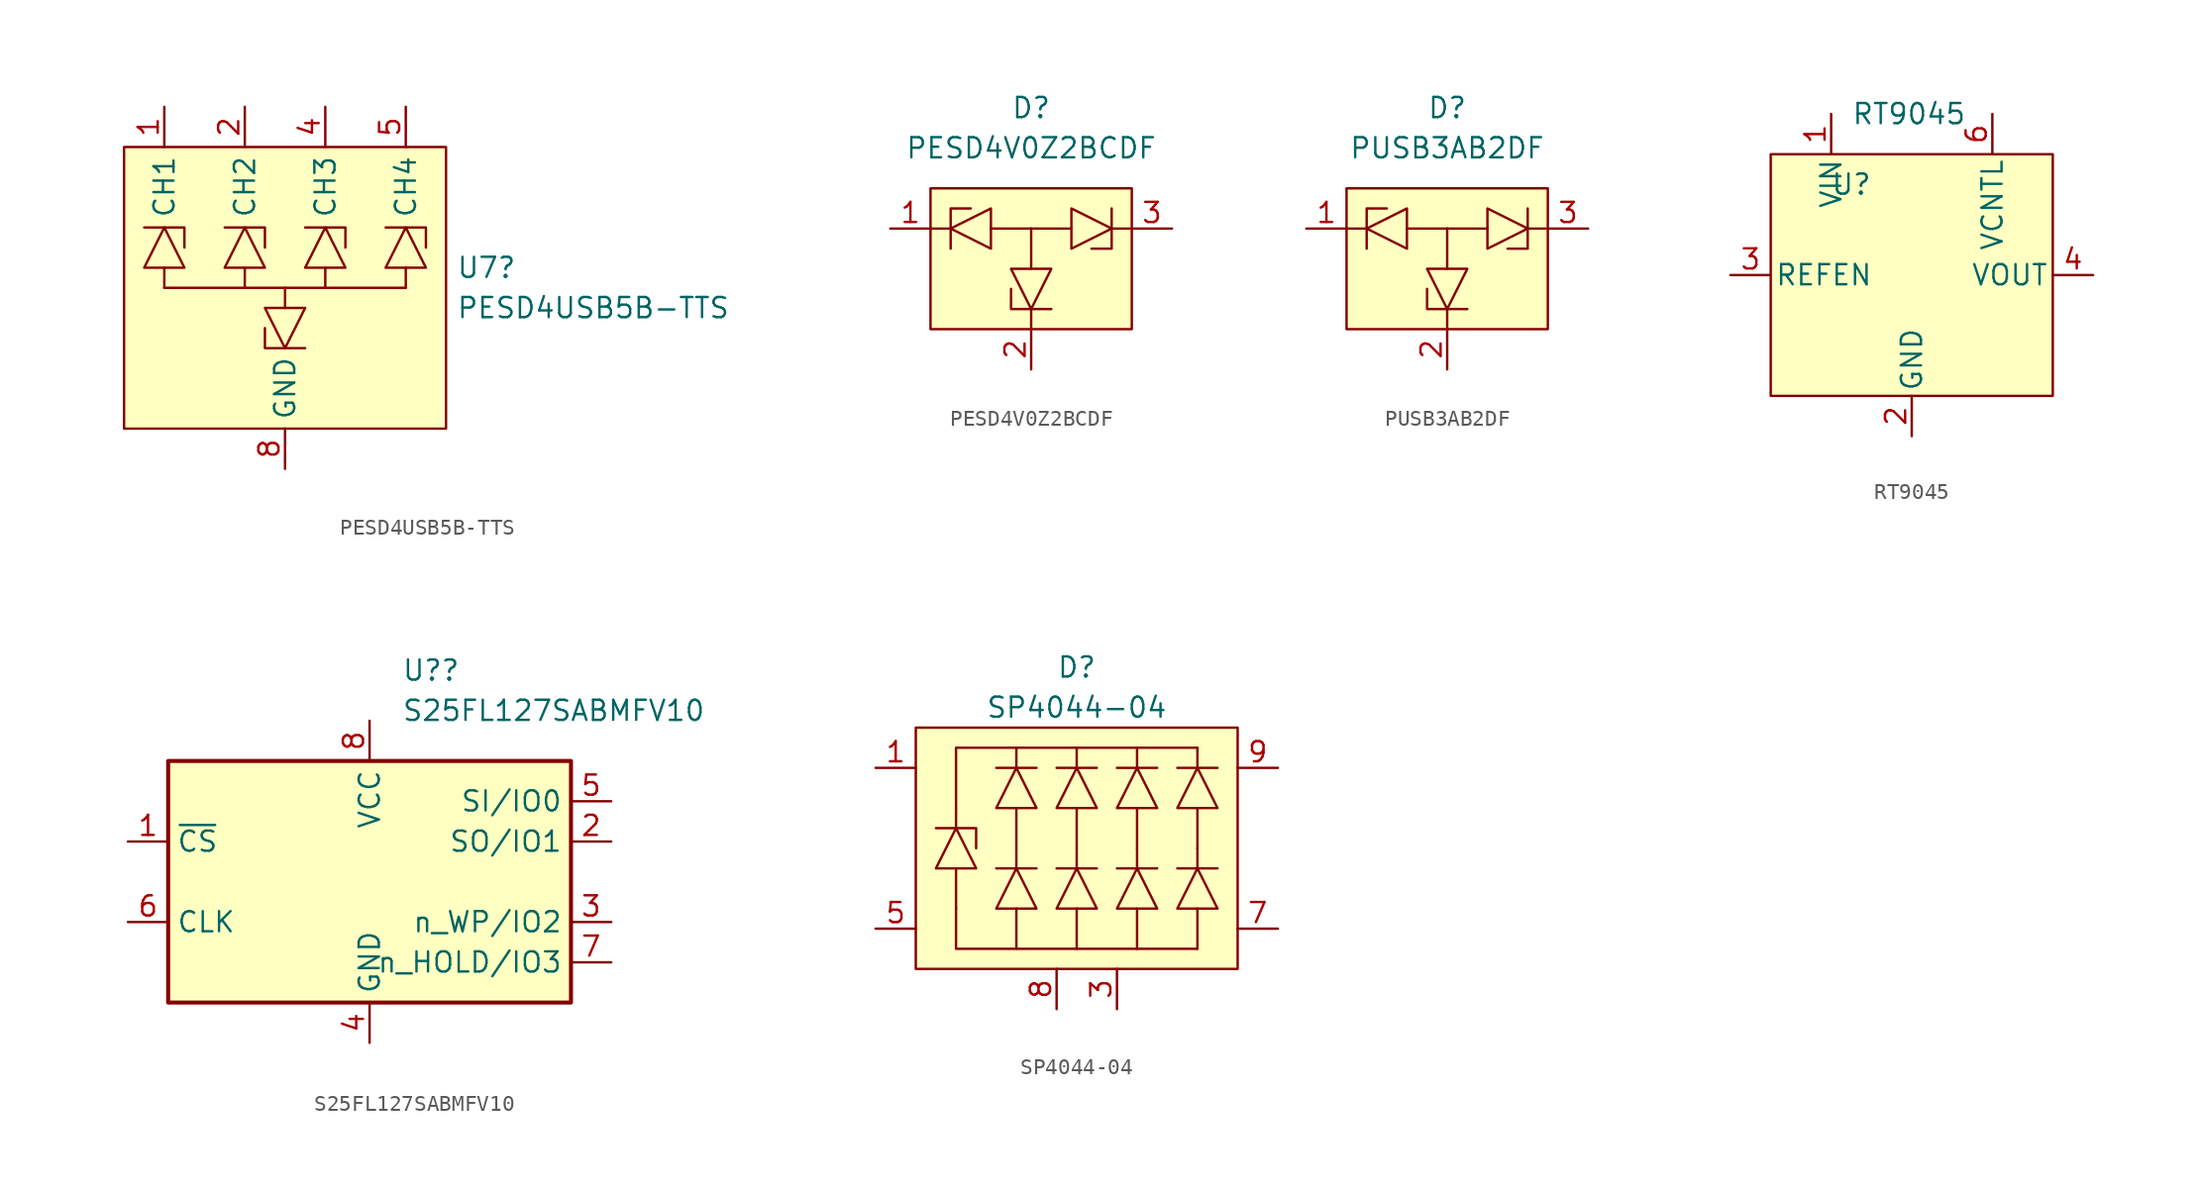
<source format=kicad_sym>
(kicad_symbol_lib
  (version 20211014)
  (generator kicad_symbol_editor)
  (symbol "PESD4USB5B-TTS"
    (property "Reference" "U7"
      (at 10.795 1.27 0)
      (effects (font (size 1.27 1.27)) (justify left)))
    (property "Value" "PESD4USB5B-TTS"
      (at 10.795 -1.27 0)
      (effects (font (size 1.27 1.27)) (justify left)))
    (symbol "PESD4USB5B-TTS_0_0"
      (pin no_connect line (at 10.16 -11.43 90) (length 2.54) hide (name "" (effects (font (size 1.27 1.27)))) (number "10" (effects (font (size 1.27 1.27)))))
      (pin no_connect line (at 2.54 -11.43 90) (length 2.54) hide (name "" (effects (font (size 1.27 1.27)))) (number "6" (effects (font (size 1.27 1.27)))))
      (pin no_connect line (at 5.08 -11.43 90) (length 2.54) hide (name "" (effects (font (size 1.27 1.27)))) (number "7" (effects (font (size 1.27 1.27)))))
      (pin no_connect line (at 7.62 -11.43 90) (length 2.54) hide (name "" (effects (font (size 1.27 1.27)))) (number "9" (effects (font (size 1.27 1.27))))))
    (symbol "PESD4USB5B-TTS_0_1"
      (rectangle (start -10.16 8.89) (end 10.16 -8.89) (stroke (width 0) (type default) (color 0 0 0 0)) (fill (type background)))
      (polyline (pts (xy -7.62 1.27) (xy -7.62 0)) (stroke (width 0) (type default) (color 0 0 0 0)) (fill (type none)))
      (polyline (pts (xy -2.54 1.27) (xy -2.54 0)) (stroke (width 0) (type default) (color 0 0 0 0)) (fill (type none)))
      (polyline (pts (xy 0 -1.27) (xy 0 0)) (stroke (width 0) (type default) (color 0 0 0 0)) (fill (type none)))
      (polyline (pts (xy 2.54 1.27) (xy 2.54 0)) (stroke (width 0) (type default) (color 0 0 0 0)) (fill (type none)))
      (polyline (pts (xy 7.62 0) (xy -7.62 0)) (stroke (width 0) (type default) (color 0 0 0 0)) (fill (type none)))
      (polyline (pts (xy 7.62 1.27) (xy 7.62 0)) (stroke (width 0) (type default) (color 0 0 0 0)) (fill (type none)))
      (polyline (pts (xy -8.89 3.81) (xy -6.35 3.81) (xy -6.35 2.54)) (stroke (width 0) (type default) (color 0 0 0 0)) (fill (type none)))
      (polyline (pts (xy -3.81 3.81) (xy -1.27 3.81) (xy -1.27 2.54)) (stroke (width 0) (type default) (color 0 0 0 0)) (fill (type none)))
      (polyline (pts (xy 1.27 -3.81) (xy -1.27 -3.81) (xy -1.27 -2.54)) (stroke (width 0) (type default) (color 0 0 0 0)) (fill (type none)))
      (polyline (pts (xy 1.27 3.81) (xy 3.81 3.81) (xy 3.81 2.54)) (stroke (width 0) (type default) (color 0 0 0 0)) (fill (type none)))
      (polyline (pts (xy 6.35 3.81) (xy 8.89 3.81) (xy 8.89 2.54)) (stroke (width 0) (type default) (color 0 0 0 0)) (fill (type none)))
      (polyline (pts (xy -8.89 1.27) (xy -6.35 1.27) (xy -7.62 3.81) (xy -8.89 1.27)) (stroke (width 0) (type default) (color 0 0 0 0)) (fill (type none)))
      (polyline (pts (xy -3.81 1.27) (xy -1.27 1.27) (xy -2.54 3.81) (xy -3.81 1.27)) (stroke (width 0) (type default) (color 0 0 0 0)) (fill (type none)))
      (polyline (pts (xy 1.27 -1.27) (xy -1.27 -1.27) (xy 0 -3.81) (xy 1.27 -1.27)) (stroke (width 0) (type default) (color 0 0 0 0)) (fill (type none)))
      (polyline (pts (xy 1.27 1.27) (xy 3.81 1.27) (xy 2.54 3.81) (xy 1.27 1.27)) (stroke (width 0) (type default) (color 0 0 0 0)) (fill (type none)))
      (polyline (pts (xy 6.35 1.27) (xy 8.89 1.27) (xy 7.62 3.81) (xy 6.35 1.27)) (stroke (width 0) (type default) (color 0 0 0 0)) (fill (type none))))
    (symbol "PESD4USB5B-TTS_1_1"
      (pin passive line (at -7.62 11.43 270) (length 2.54) (name "CH1" (effects (font (size 1.27 1.27)))) (number "1" (effects (font (size 1.27 1.27)))))
      (pin passive line (at -2.54 11.43 270) (length 2.54) (name "CH2" (effects (font (size 1.27 1.27)))) (number "2" (effects (font (size 1.27 1.27)))))
      (pin power_in line (at 0 -11.43 90) (length 2.54) hide (name "GND" (effects (font (size 1.27 1.27)))) (number "3" (effects (font (size 1.27 1.27)))))
      (pin passive line (at 2.54 11.43 270) (length 2.54) (name "CH3" (effects (font (size 1.27 1.27)))) (number "4" (effects (font (size 1.27 1.27)))))
      (pin passive line (at 7.62 11.43 270) (length 2.54) (name "CH4" (effects (font (size 1.27 1.27)))) (number "5" (effects (font (size 1.27 1.27)))))
      (pin power_in line (at 0 -11.43 90) (length 2.54) (name "GND" (effects (font (size 1.27 1.27)))) (number "8" (effects (font (size 1.27 1.27)))))))
  (symbol "PESD4V0Z2BCDF"
    (pin_names hide)
    (property "Reference" "D"
      (at 0 10.16 0)
      (effects (font (size 1.27 1.27))))
    (property "Value" "PESD4V0Z2BCDF"
      (at 0 7.62 0)
      (effects (font (size 1.27 1.27))))
    (symbol "PESD4V0Z2BCDF_0_1"
      (rectangle (start -6.35 5.08) (end 6.35 -3.81) (stroke (width 0) (type default) (color 0 0 0 0)) (fill (type background)))
      (polyline (pts (xy -5.08 2.54) (xy -6.35 2.54)) (stroke (width 0) (type default) (color 0 0 0 0)) (fill (type none)))
      (polyline (pts (xy -2.54 2.54) (xy 0 2.54)) (stroke (width 0) (type default) (color 0 0 0 0)) (fill (type none)))
      (polyline (pts (xy 0 -2.54) (xy 0 -3.81)) (stroke (width 0) (type default) (color 0 0 0 0)) (fill (type none)))
      (polyline (pts (xy 0 0) (xy 0 2.54)) (stroke (width 0) (type default) (color 0 0 0 0)) (fill (type none)))
      (polyline (pts (xy 2.54 2.54) (xy 0 2.54)) (stroke (width 0) (type default) (color 0 0 0 0)) (fill (type none)))
      (polyline (pts (xy 5.08 2.54) (xy 6.35 2.54)) (stroke (width 0) (type default) (color 0 0 0 0)) (fill (type none)))
      (polyline (pts (xy -5.08 1.27) (xy -5.08 3.81) (xy -3.81 3.81)) (stroke (width 0) (type default) (color 0 0 0 0)) (fill (type none)))
      (polyline (pts (xy 1.27 -2.54) (xy -1.27 -2.54) (xy -1.27 -1.27)) (stroke (width 0) (type default) (color 0 0 0 0)) (fill (type none)))
      (polyline (pts (xy 5.08 3.81) (xy 5.08 1.27) (xy 3.81 1.27)) (stroke (width 0) (type default) (color 0 0 0 0)) (fill (type none)))
      (polyline (pts (xy -2.54 1.27) (xy -2.54 3.81) (xy -5.08 2.54) (xy -2.54 1.27)) (stroke (width 0) (type default) (color 0 0 0 0)) (fill (type none)))
      (polyline (pts (xy 1.27 0) (xy -1.27 0) (xy 0 -2.54) (xy 1.27 0)) (stroke (width 0) (type default) (color 0 0 0 0)) (fill (type none)))
      (polyline (pts (xy 2.54 3.81) (xy 2.54 1.27) (xy 5.08 2.54) (xy 2.54 3.81)) (stroke (width 0) (type default) (color 0 0 0 0)) (fill (type none))))
    (symbol "PESD4V0Z2BCDF_1_1"
      (pin passive line (at -8.89 2.54 0) (length 2.54) (name "K1" (effects (font (size 1.27 1.27)))) (number "1" (effects (font (size 1.27 1.27)))))
      (pin passive line (at 0 -6.35 90) (length 2.54) (name "K2" (effects (font (size 1.27 1.27)))) (number "2" (effects (font (size 1.27 1.27)))))
      (pin passive line (at 8.89 2.54 180) (length 2.54) (name "K3" (effects (font (size 1.27 1.27)))) (number "3" (effects (font (size 1.27 1.27)))))))
  (symbol "PUSB3AB2DF"
    (pin_names hide)
    (property "Reference" "D"
      (at 0 10.16 0)
      (effects (font (size 1.27 1.27))))
    (property "Value" "PUSB3AB2DF"
      (at 0 7.62 0)
      (effects (font (size 1.27 1.27))))
    (symbol "PUSB3AB2DF_0_1"
      (rectangle (start -6.35 5.08) (end 6.35 -3.81) (stroke (width 0) (type default) (color 0 0 0 0)) (fill (type background)))
      (polyline (pts (xy -5.08 2.54) (xy -6.35 2.54)) (stroke (width 0) (type default) (color 0 0 0 0)) (fill (type none)))
      (polyline (pts (xy -2.54 2.54) (xy 0 2.54)) (stroke (width 0) (type default) (color 0 0 0 0)) (fill (type none)))
      (polyline (pts (xy 0 -2.54) (xy 0 -3.81)) (stroke (width 0) (type default) (color 0 0 0 0)) (fill (type none)))
      (polyline (pts (xy 0 0) (xy 0 2.54)) (stroke (width 0) (type default) (color 0 0 0 0)) (fill (type none)))
      (polyline (pts (xy 2.54 2.54) (xy 0 2.54)) (stroke (width 0) (type default) (color 0 0 0 0)) (fill (type none)))
      (polyline (pts (xy 5.08 2.54) (xy 6.35 2.54)) (stroke (width 0) (type default) (color 0 0 0 0)) (fill (type none)))
      (polyline (pts (xy -5.08 1.27) (xy -5.08 3.81) (xy -3.81 3.81)) (stroke (width 0) (type default) (color 0 0 0 0)) (fill (type none)))
      (polyline (pts (xy 1.27 -2.54) (xy -1.27 -2.54) (xy -1.27 -1.27)) (stroke (width 0) (type default) (color 0 0 0 0)) (fill (type none)))
      (polyline (pts (xy 5.08 3.81) (xy 5.08 1.27) (xy 3.81 1.27)) (stroke (width 0) (type default) (color 0 0 0 0)) (fill (type none)))
      (polyline (pts (xy -2.54 1.27) (xy -2.54 3.81) (xy -5.08 2.54) (xy -2.54 1.27)) (stroke (width 0) (type default) (color 0 0 0 0)) (fill (type none)))
      (polyline (pts (xy 1.27 0) (xy -1.27 0) (xy 0 -2.54) (xy 1.27 0)) (stroke (width 0) (type default) (color 0 0 0 0)) (fill (type none)))
      (polyline (pts (xy 2.54 3.81) (xy 2.54 1.27) (xy 5.08 2.54) (xy 2.54 3.81)) (stroke (width 0) (type default) (color 0 0 0 0)) (fill (type none))))
    (symbol "PUSB3AB2DF_1_1"
      (pin passive line (at -8.89 2.54 0) (length 2.54) (name "K1" (effects (font (size 1.27 1.27)))) (number "1" (effects (font (size 1.27 1.27)))))
      (pin passive line (at 0 -6.35 90) (length 2.54) (name "K2" (effects (font (size 1.27 1.27)))) (number "2" (effects (font (size 1.27 1.27)))))
      (pin passive line (at 8.89 2.54 180) (length 2.54) (name "K3" (effects (font (size 1.27 1.27)))) (number "3" (effects (font (size 1.27 1.27)))))))
  (symbol "RT9045"
    (pin_names
      (offset 0.254))
    (property "Reference" "U"
      (at -3.81 5.715 0)
      (effects (font (size 1.27 1.27))))
    (property "Value" "RT9045"
      (at -3.81 10.16 0)
      (effects (font (size 1.27 1.27)) (justify left)))
    (symbol "RT9045_0_1"
      (rectangle (start -8.89 7.62) (end 8.89 -7.62) (stroke (width 0) (type default) (color 0 0 0 0)) (fill (type background))))
    (symbol "RT9045_1_1"
      (pin power_in line (at -5.08 10.16 270) (length 2.54) (name "VIN" (effects (font (size 1.27 1.27)))) (number "1" (effects (font (size 1.27 1.27)))))
      (pin power_in line (at 0 -10.16 90) (length 2.54) (name "GND" (effects (font (size 1.27 1.27)))) (number "2" (effects (font (size 1.27 1.27)))))
      (pin input line (at -11.43 0 0) (length 2.54) (name "REFEN" (effects (font (size 1.27 1.27)))) (number "3" (effects (font (size 1.27 1.27)))))
      (pin power_out line (at 11.43 0 180) (length 2.54) (name "VOUT" (effects (font (size 1.27 1.27)))) (number "4" (effects (font (size 1.27 1.27)))))
      (pin input line (at 5.08 10.16 270) (length 2.54) (name "VCNTL" (effects (font (size 1.27 1.27)))) (number "6" (effects (font (size 1.27 1.27)))))))
  (symbol "S25FL127SABMFV10"
    (property "Reference" "U?"
      (at 2.019 13.335 0)
      (effects (font (size 1.27 1.27)) (justify left)))
    (property "Value" "S25FL127SABMFV10"
      (at 2.019 10.795 0)
      (effects (font (size 1.27 1.27)) (justify left)))
    (symbol "S25FL127SABMFV10_0_1"
      (rectangle (start -12.7 7.62) (end 12.7 -7.62) (stroke (width 0.254) (type default) (color 0 0 0 0)) (fill (type background))))
    (symbol "S25FL127SABMFV10_1_1"
      (pin input line (at -15.24 2.54 0) (length 2.54) (name "~{CS}" (effects (font (size 1.27 1.27)))) (number "1" (effects (font (size 1.27 1.27)))))
      (pin bidirectional line (at 15.24 2.54 180) (length 2.54) (name "SO/IO1" (effects (font (size 1.27 1.27)))) (number "2" (effects (font (size 1.27 1.27)))))
      (pin bidirectional line (at 15.24 -2.54 180) (length 2.54) (name "n_WP/IO2" (effects (font (size 1.27 1.27)))) (number "3" (effects (font (size 1.27 1.27)))))
      (pin power_in line (at 0 -10.16 90) (length 2.54) (name "GND" (effects (font (size 1.27 1.27)))) (number "4" (effects (font (size 1.27 1.27)))))
      (pin bidirectional line (at 15.24 5.08 180) (length 2.54) (name "SI/IO0" (effects (font (size 1.27 1.27)))) (number "5" (effects (font (size 1.27 1.27)))))
      (pin input line (at -15.24 -2.54 0) (length 2.54) (name "CLK" (effects (font (size 1.27 1.27)))) (number "6" (effects (font (size 1.27 1.27)))))
      (pin bidirectional line (at 15.24 -5.08 180) (length 2.54) (name "n_HOLD/IO3" (effects (font (size 1.27 1.27)))) (number "7" (effects (font (size 1.27 1.27)))))
      (pin power_in line (at 0 10.16 270) (length 2.54) (name "VCC" (effects (font (size 1.27 1.27)))) (number "8" (effects (font (size 1.27 1.27)))))))
  (symbol "SP4044-04"
    (pin_names hide)
    (property "Reference" "D"
      (at 0 11.43 0)
      (effects (font (size 1.27 1.27))))
    (property "Value" "SP4044-04"
      (at 0 8.89 0)
      (effects (font (size 1.27 1.27))))
    (symbol "SP4044-04_0_1"
      (rectangle (start -10.16 7.62) (end 10.16 -7.62) (stroke (width 0) (type default) (color 0 0 0 0)) (fill (type background)))
      (polyline (pts (xy -7.62 -1.27) (xy -7.62 -3.81)) (stroke (width 0) (type default) (color 0 0 0 0)) (fill (type none)))
      (polyline (pts (xy -7.62 1.27) (xy -7.62 2.54)) (stroke (width 0) (type default) (color 0 0 0 0)) (fill (type none)))
      (polyline (pts (xy -5.08 -1.27) (xy -2.54 -1.27)) (stroke (width 0) (type default) (color 0 0 0 0)) (fill (type none)))
      (polyline (pts (xy -3.81 -3.81) (xy -3.81 -6.35)) (stroke (width 0) (type default) (color 0 0 0 0)) (fill (type none)))
      (polyline (pts (xy -3.81 -1.27) (xy -3.81 0)) (stroke (width 0) (type default) (color 0 0 0 0)) (fill (type none)))
      (polyline (pts (xy -3.81 2.54) (xy -3.81 0)) (stroke (width 0) (type default) (color 0 0 0 0)) (fill (type none)))
      (polyline (pts (xy -3.81 5.08) (xy -3.81 6.35)) (stroke (width 0) (type default) (color 0 0 0 0)) (fill (type none)))
      (polyline (pts (xy -2.54 5.08) (xy -5.08 5.08)) (stroke (width 0) (type default) (color 0 0 0 0)) (fill (type none)))
      (polyline (pts (xy -1.27 -1.27) (xy 1.27 -1.27)) (stroke (width 0) (type default) (color 0 0 0 0)) (fill (type none)))
      (polyline (pts (xy 0 -3.81) (xy 0 -6.35)) (stroke (width 0) (type default) (color 0 0 0 0)) (fill (type none)))
      (polyline (pts (xy 0 -1.27) (xy 0 0)) (stroke (width 0) (type default) (color 0 0 0 0)) (fill (type none)))
      (polyline (pts (xy 0 2.54) (xy 0 0)) (stroke (width 0) (type default) (color 0 0 0 0)) (fill (type none)))
      (polyline (pts (xy 0 5.08) (xy 0 6.35)) (stroke (width 0) (type default) (color 0 0 0 0)) (fill (type none)))
      (polyline (pts (xy 1.27 5.08) (xy -1.27 5.08)) (stroke (width 0) (type default) (color 0 0 0 0)) (fill (type none)))
      (polyline (pts (xy 2.54 -1.27) (xy 5.08 -1.27)) (stroke (width 0) (type default) (color 0 0 0 0)) (fill (type none)))
      (polyline (pts (xy 3.81 -3.81) (xy 3.81 -6.35)) (stroke (width 0) (type default) (color 0 0 0 0)) (fill (type none)))
      (polyline (pts (xy 3.81 -1.27) (xy 3.81 0)) (stroke (width 0) (type default) (color 0 0 0 0)) (fill (type none)))
      (polyline (pts (xy 3.81 2.54) (xy 3.81 0)) (stroke (width 0) (type default) (color 0 0 0 0)) (fill (type none)))
      (polyline (pts (xy 3.81 5.08) (xy 3.81 6.35)) (stroke (width 0) (type default) (color 0 0 0 0)) (fill (type none)))
      (polyline (pts (xy 5.08 5.08) (xy 2.54 5.08)) (stroke (width 0) (type default) (color 0 0 0 0)) (fill (type none)))
      (polyline (pts (xy 6.35 -1.27) (xy 8.89 -1.27)) (stroke (width 0) (type default) (color 0 0 0 0)) (fill (type none)))
      (polyline (pts (xy 7.62 -3.81) (xy 7.62 -6.35)) (stroke (width 0) (type default) (color 0 0 0 0)) (fill (type none)))
      (polyline (pts (xy 7.62 -1.27) (xy 7.62 0)) (stroke (width 0) (type default) (color 0 0 0 0)) (fill (type none)))
      (polyline (pts (xy 7.62 2.54) (xy 7.62 0)) (stroke (width 0) (type default) (color 0 0 0 0)) (fill (type none)))
      (polyline (pts (xy 7.62 5.08) (xy 7.62 6.35)) (stroke (width 0) (type default) (color 0 0 0 0)) (fill (type none)))
      (polyline (pts (xy 8.89 5.08) (xy 6.35 5.08)) (stroke (width 0) (type default) (color 0 0 0 0)) (fill (type none)))
      (polyline (pts (xy -8.89 1.27) (xy -6.35 1.27) (xy -6.35 0)) (stroke (width 0) (type default) (color 0 0 0 0)) (fill (type none)))
      (polyline (pts (xy -7.62 2.54) (xy -7.62 6.35) (xy 7.62 6.35)) (stroke (width 0) (type default) (color 0 0 0 0)) (fill (type none)))
      (polyline (pts (xy 7.62 -6.35) (xy -7.62 -6.35) (xy -7.62 -3.81)) (stroke (width 0) (type default) (color 0 0 0 0)) (fill (type none)))
      (polyline (pts (xy -8.89 -1.27) (xy -6.35 -1.27) (xy -7.62 1.27) (xy -8.89 -1.27)) (stroke (width 0) (type default) (color 0 0 0 0)) (fill (type none)))
      (polyline (pts (xy -5.08 -3.81) (xy -2.54 -3.81) (xy -3.81 -1.27) (xy -5.08 -3.81)) (stroke (width 0) (type default) (color 0 0 0 0)) (fill (type none)))
      (polyline (pts (xy -5.08 2.54) (xy -2.54 2.54) (xy -3.81 5.08) (xy -5.08 2.54)) (stroke (width 0) (type default) (color 0 0 0 0)) (fill (type none)))
      (polyline (pts (xy -1.27 -3.81) (xy 1.27 -3.81) (xy 0 -1.27) (xy -1.27 -3.81)) (stroke (width 0) (type default) (color 0 0 0 0)) (fill (type none)))
      (polyline (pts (xy -1.27 2.54) (xy 1.27 2.54) (xy 0 5.08) (xy -1.27 2.54)) (stroke (width 0) (type default) (color 0 0 0 0)) (fill (type none)))
      (polyline (pts (xy 2.54 -3.81) (xy 5.08 -3.81) (xy 3.81 -1.27) (xy 2.54 -3.81)) (stroke (width 0) (type default) (color 0 0 0 0)) (fill (type none)))
      (polyline (pts (xy 2.54 2.54) (xy 5.08 2.54) (xy 3.81 5.08) (xy 2.54 2.54)) (stroke (width 0) (type default) (color 0 0 0 0)) (fill (type none)))
      (polyline (pts (xy 6.35 -3.81) (xy 8.89 -3.81) (xy 7.62 -1.27) (xy 6.35 -3.81)) (stroke (width 0) (type default) (color 0 0 0 0)) (fill (type none)))
      (polyline (pts (xy 6.35 2.54) (xy 8.89 2.54) (xy 7.62 5.08) (xy 6.35 2.54)) (stroke (width 0) (type default) (color 0 0 0 0)) (fill (type none))))
    (symbol "SP4044-04_1_1"
      (pin passive line (at -12.7 5.08 0) (length 2.54) (name "IO1" (effects (font (size 1.27 1.27)))) (number "1" (effects (font (size 1.27 1.27)))))
      (pin no_connect line (at 3.81 10.16 270) (length 2.54) hide (name "NC" (effects (font (size 1.27 1.27)))) (number "10" (effects (font (size 1.27 1.27)))))
      (pin no_connect line (at -3.81 10.16 270) (length 2.54) hide (name "NC" (effects (font (size 1.27 1.27)))) (number "2" (effects (font (size 1.27 1.27)))))
      (pin power_in line (at 2.54 -10.16 90) (length 2.54) (name "GND" (effects (font (size 1.27 1.27)))) (number "3" (effects (font (size 1.27 1.27)))))
      (pin no_connect line (at -1.27 10.16 270) (length 2.54) hide (name "NC" (effects (font (size 1.27 1.27)))) (number "4" (effects (font (size 1.27 1.27)))))
      (pin passive line (at -12.7 -5.08 0) (length 2.54) (name "IO2" (effects (font (size 1.27 1.27)))) (number "5" (effects (font (size 1.27 1.27)))))
      (pin no_connect line (at 1.27 10.16 270) (length 2.54) hide (name "NC" (effects (font (size 1.27 1.27)))) (number "6" (effects (font (size 1.27 1.27)))))
      (pin passive line (at 12.7 -5.08 180) (length 2.54) (name "IO3" (effects (font (size 1.27 1.27)))) (number "7" (effects (font (size 1.27 1.27)))))
      (pin power_in line (at -1.27 -10.16 90) (length 2.54) (name "GND" (effects (font (size 1.27 1.27)))) (number "8" (effects (font (size 1.27 1.27)))))
      (pin passive line (at 12.7 5.08 180) (length 2.54) (name "IO4" (effects (font (size 1.27 1.27)))) (number "9" (effects (font (size 1.27 1.27))))))))
</source>
